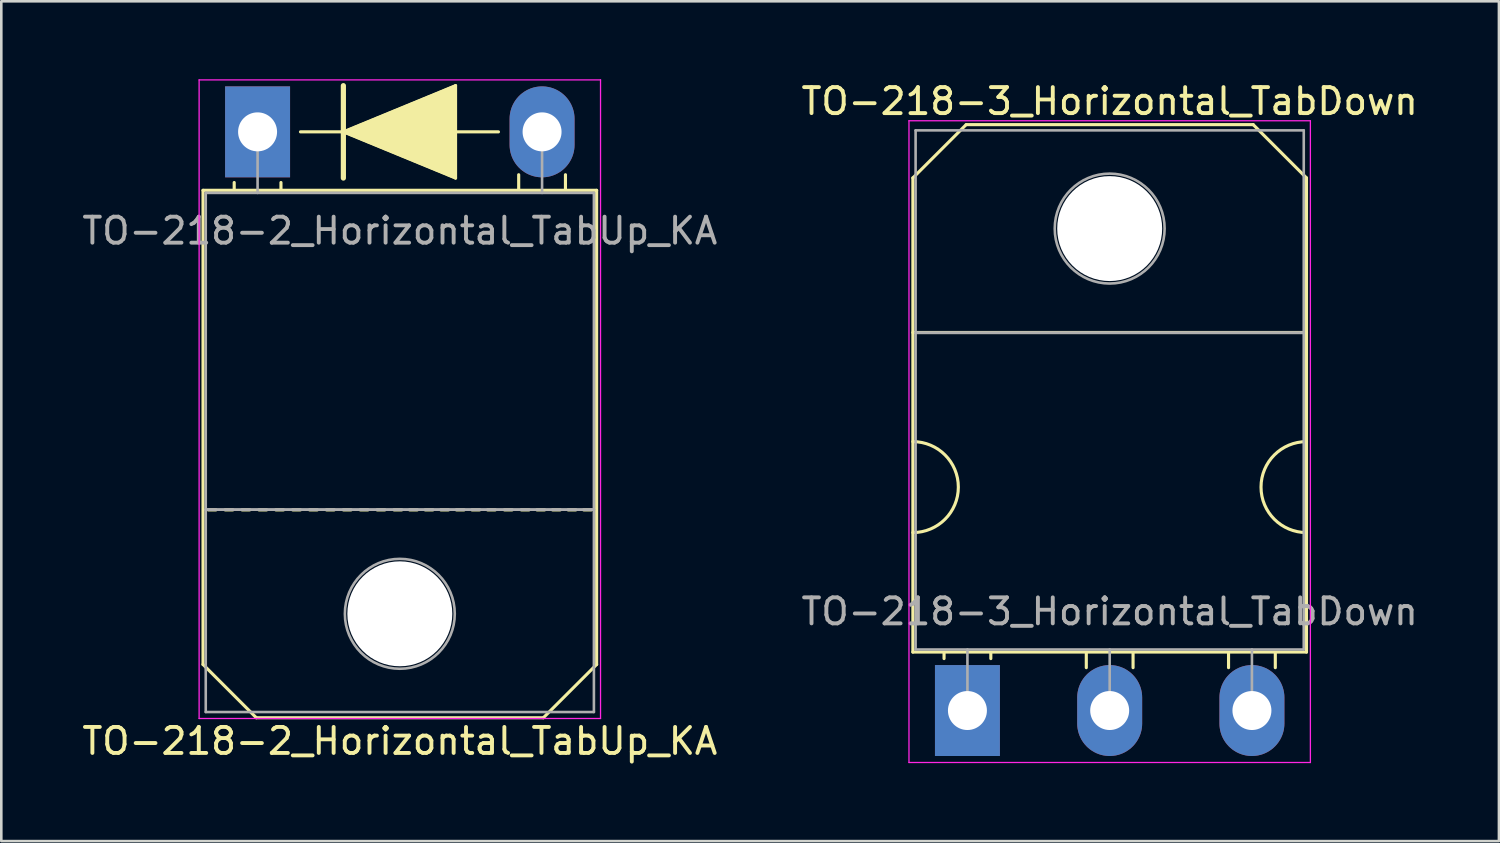
<source format=kicad_pcb>
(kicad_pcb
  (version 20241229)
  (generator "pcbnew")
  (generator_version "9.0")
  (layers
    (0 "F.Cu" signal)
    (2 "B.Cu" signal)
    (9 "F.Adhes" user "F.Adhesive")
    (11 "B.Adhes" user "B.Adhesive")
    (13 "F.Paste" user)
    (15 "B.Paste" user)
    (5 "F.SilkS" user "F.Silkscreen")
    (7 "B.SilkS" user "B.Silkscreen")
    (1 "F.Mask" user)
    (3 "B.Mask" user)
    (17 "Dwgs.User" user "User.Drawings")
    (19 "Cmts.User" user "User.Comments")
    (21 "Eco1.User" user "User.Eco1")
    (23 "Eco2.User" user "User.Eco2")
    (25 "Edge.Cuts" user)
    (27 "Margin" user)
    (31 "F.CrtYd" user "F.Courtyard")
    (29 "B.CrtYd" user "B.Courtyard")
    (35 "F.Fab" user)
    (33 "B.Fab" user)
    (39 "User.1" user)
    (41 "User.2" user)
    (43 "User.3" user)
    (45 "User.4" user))
  (footprint "TO-218-2_Horizontal_TabUp_KA"
    (layer "F.Cu")
    (at 6.864 2.025)
    (property "Reference" "TO-218-2_Horizontal_TabUp_KA" (at 5.475 23.45 0) (layer "F.SilkS") (effects (font (size 1 1) (thickness 0.15))))
    (fp_line (start -2.1 2.25) (end 13.05 2.25) (stroke (width 0.12) (type solid)) (layer "F.SilkS"))
    (fp_line (start -2.1 20.5) (end -2.1 2.25) (stroke (width 0.12) (type solid)) (layer "F.SilkS"))
    (fp_line (start -2.1 20.5) (end -0.05 22.55) (stroke (width 0.12) (type solid)) (layer "F.SilkS"))
    (fp_line (start -1.6 14.55) (end -1.9 14.55) (stroke (width 0.12) (type solid)) (layer "F.SilkS"))
    (fp_line (start -0.95 14.55) (end -1.25 14.55) (stroke (width 0.12) (type solid)) (layer "F.SilkS"))
    (fp_line (start -0.9 2.2) (end -0.9 1.95) (stroke (width 0.12) (type solid)) (layer "F.SilkS"))
    (fp_line (start -0.3 14.55) (end -0.6 14.55) (stroke (width 0.12) (type solid)) (layer "F.SilkS"))
    (fp_line (start 0.35 14.55) (end 0.05 14.55) (stroke (width 0.12) (type solid)) (layer "F.SilkS"))
    (fp_line (start 0.9 2.2) (end 0.9 1.95) (stroke (width 0.12) (type solid)) (layer "F.SilkS"))
    (fp_line (start 1 14.55) (end 0.7 14.55) (stroke (width 0.12) (type solid)) (layer "F.SilkS"))
    (fp_line (start 1.65 14.55) (end 1.35 14.55) (stroke (width 0.12) (type solid)) (layer "F.SilkS"))
    (fp_line (start 1.651 0) (end 3.302 0) (stroke (width 0.12) (type solid)) (layer "F.SilkS"))
    (fp_line (start 2.3 14.55) (end 2 14.55) (stroke (width 0.12) (type solid)) (layer "F.SilkS"))
    (fp_line (start 2.95 14.55) (end 2.65 14.55) (stroke (width 0.12) (type solid)) (layer "F.SilkS"))
    (fp_line (start 3.302 0) (end 3.302 -1.778) (stroke (width 0.2) (type solid)) (layer "F.SilkS"))
    (fp_line (start 3.302 0) (end 7.62 -1.778) (stroke (width 0.12) (type solid)) (layer "F.SilkS"))
    (fp_line (start 3.302 1.778) (end 3.302 0) (stroke (width 0.2) (type solid)) (layer "F.SilkS"))
    (fp_line (start 3.6 14.55) (end 3.3 14.55) (stroke (width 0.12) (type solid)) (layer "F.SilkS"))
    (fp_line (start 4.25 14.55) (end 3.95 14.55) (stroke (width 0.12) (type solid)) (layer "F.SilkS"))
    (fp_line (start 4.9 14.55) (end 4.6 14.55) (stroke (width 0.12) (type solid)) (layer "F.SilkS"))
    (fp_line (start 5.55 14.55) (end 5.25 14.55) (stroke (width 0.12) (type solid)) (layer "F.SilkS"))
    (fp_line (start 6.15 14.55) (end 5.85 14.55) (stroke (width 0.12) (type solid)) (layer "F.SilkS"))
    (fp_line (start 6.75 14.55) (end 6.45 14.55) (stroke (width 0.12) (type solid)) (layer "F.SilkS"))
    (fp_line (start 7.35 14.55) (end 7.05 14.55) (stroke (width 0.12) (type solid)) (layer "F.SilkS"))
    (fp_line (start 7.62 -1.778) (end 7.62 1.778) (stroke (width 0.12) (type solid)) (layer "F.SilkS"))
    (fp_line (start 7.62 0) (end 9.271 0) (stroke (width 0.12) (type solid)) (layer "F.SilkS"))
    (fp_line (start 7.62 1.778) (end 3.302 0) (stroke (width 0.12) (type solid)) (layer "F.SilkS"))
    (fp_line (start 7.95 14.55) (end 7.65 14.55) (stroke (width 0.12) (type solid)) (layer "F.SilkS"))
    (fp_line (start 8.55 14.55) (end 8.25 14.55) (stroke (width 0.12) (type solid)) (layer "F.SilkS"))
    (fp_line (start 9.15 14.55) (end 8.85 14.55) (stroke (width 0.12) (type solid)) (layer "F.SilkS"))
    (fp_line (start 9.8 14.55) (end 9.5 14.55) (stroke (width 0.12) (type solid)) (layer "F.SilkS"))
    (fp_line (start 10.05 2.2) (end 10.05 1.65) (stroke (width 0.12) (type solid)) (layer "F.SilkS"))
    (fp_line (start 10.45 14.55) (end 10.15 14.55) (stroke (width 0.12) (type solid)) (layer "F.SilkS"))
    (fp_line (start 11 22.55) (end -0.05 22.55) (stroke (width 0.12) (type solid)) (layer "F.SilkS"))
    (fp_line (start 11.05 14.55) (end 10.75 14.55) (stroke (width 0.12) (type solid)) (layer "F.SilkS"))
    (fp_line (start 11.65 14.55) (end 11.35 14.55) (stroke (width 0.12) (type solid)) (layer "F.SilkS"))
    (fp_line (start 11.85 2.2) (end 11.85 1.65) (stroke (width 0.12) (type solid)) (layer "F.SilkS"))
    (fp_line (start 12.25 14.55) (end 11.95 14.55) (stroke (width 0.12) (type solid)) (layer "F.SilkS"))
    (fp_line (start 12.85 14.55) (end 12.55 14.55) (stroke (width 0.12) (type solid)) (layer "F.SilkS"))
    (fp_line (start 13.05 2.25) (end 13.05 20.5) (stroke (width 0.12) (type solid)) (layer "F.SilkS"))
    (fp_line (start 13.05 20.5) (end 11 22.55) (stroke (width 0.12) (type solid)) (layer "F.SilkS"))
    (fp_poly (pts (xy 7.62 1.778) (xy 3.302 0) (xy 7.62 -1.778)) (stroke (width 0.1) (type solid)) (fill yes) (layer "F.SilkS"))
    (fp_line (start -2.25 -2) (end -2.25 22.58) (stroke (width 0.05) (type solid)) (layer "F.CrtYd"))
    (fp_line (start -2.25 22.58) (end 13.2 22.58) (stroke (width 0.05) (type solid)) (layer "F.CrtYd"))
    (fp_line (start 13.2 -2) (end -2.25 -2) (stroke (width 0.05) (type solid)) (layer "F.CrtYd"))
    (fp_line (start 13.2 22.58) (end 13.2 -2) (stroke (width 0.05) (type solid)) (layer "F.CrtYd"))
    (fp_line (start -1.995 2.35) (end -1.995 14.54) (stroke (width 0.1) (type solid)) (layer "F.Fab"))
    (fp_line (start -1.995 14.54) (end -1.995 22.33) (stroke (width 0.1) (type solid)) (layer "F.Fab"))
    (fp_line (start -1.995 14.54) (end 12.945 14.54) (stroke (width 0.1) (type solid)) (layer "F.Fab"))
    (fp_line (start -1.995 22.33) (end 12.945 22.33) (stroke (width 0.1) (type solid)) (layer "F.Fab"))
    (fp_line (start 0 2.35) (end 0 0) (stroke (width 0.1) (type solid)) (layer "F.Fab"))
    (fp_line (start 10.95 2.35) (end 10.95 0) (stroke (width 0.1) (type solid)) (layer "F.Fab"))
    (fp_line (start 12.945 2.35) (end -1.995 2.35) (stroke (width 0.1) (type solid)) (layer "F.Fab"))
    (fp_line (start 12.945 14.54) (end -1.995 14.54) (stroke (width 0.1) (type solid)) (layer "F.Fab"))
    (fp_line (start 12.945 14.54) (end 12.945 2.35) (stroke (width 0.1) (type solid)) (layer "F.Fab"))
    (fp_line (start 12.945 22.33) (end 12.945 14.54) (stroke (width 0.1) (type solid)) (layer "F.Fab"))
    (fp_circle (center 5.475 18.55) (end 7.59 18.55) (stroke (width 0.1) (type solid)) (fill no) (layer "F.Fab"))
    (fp_text user "${REFERENCE}" (at 5.475 3.81 0) (layer "F.Fab") (effects (font (size 1 1) (thickness 0.15))))
    (pad "" np_thru_hole oval (at 5.475 18.55) (size 4.04 4.04) (drill 4.04) (layers "*.Cu" "*.Mask"))
    (pad "1" thru_hole rect (at 0 0) (size 2.5 3.5) (drill 1.5) (layers "*.Cu" "*.Mask"))
    (pad "2" thru_hole oval (at 10.95 0) (size 2.5 3.5) (drill 1.5) (layers "*.Cu" "*.Mask")))
  (footprint "TO-218-3_Horizontal_TabDown"
    (layer "F.Cu")
    (at 34.186 24.298)
    (property "Reference" "TO-218-3_Horizontal_TabDown" (at 5.475 -23.45 0) (layer "F.SilkS") (effects (font (size 1 1) (thickness 0.15))))
    (attr through_hole)
    (fp_line (start -2.1 -20.5) (end -0.05 -22.55) (stroke (width 0.12) (type solid)) (layer "F.SilkS"))
    (fp_line (start -2.1 -14.55) (end 13.05 -14.55) (stroke (width 0.12) (type solid)) (layer "F.SilkS"))
    (fp_line (start -2.1 -2.25) (end -2.1 -20.5) (stroke (width 0.12) (type solid)) (layer "F.SilkS"))
    (fp_line (start -0.9 -2.2) (end -0.9 -2) (stroke (width 0.12) (type solid)) (layer "F.SilkS"))
    (fp_line (start -0.05 -22.55) (end 11 -22.55) (stroke (width 0.12) (type solid)) (layer "F.SilkS"))
    (fp_line (start 0.9 -2.2) (end 0.9 -2) (stroke (width 0.12) (type solid)) (layer "F.SilkS"))
    (fp_line (start 4.575 -2.2) (end 4.575 -1.65) (stroke (width 0.12) (type solid)) (layer "F.SilkS"))
    (fp_line (start 6.375 -2.2) (end 6.375 -1.65) (stroke (width 0.12) (type solid)) (layer "F.SilkS"))
    (fp_line (start 10.05 -2.2) (end 10.05 -1.65) (stroke (width 0.12) (type solid)) (layer "F.SilkS"))
    (fp_line (start 11.85 -2.2) (end 11.85 -1.65) (stroke (width 0.12) (type solid)) (layer "F.SilkS"))
    (fp_line (start 13.05 -20.5) (end 11 -22.55) (stroke (width 0.12) (type solid)) (layer "F.SilkS"))
    (fp_line (start 13.05 -20.5) (end 13.05 -2.25) (stroke (width 0.12) (type solid)) (layer "F.SilkS"))
    (fp_line (start 13.05 -2.25) (end -2.1 -2.25) (stroke (width 0.12) (type solid)) (layer "F.SilkS"))
    (fp_arc (start -2.1 -10.35) (mid -0.35 -8.6) (end -2.1 -6.85) (stroke (width 0.12) (type solid)) (layer "F.SilkS"))
    (fp_arc (start 13.05 -6.85) (mid 11.3 -8.6) (end 13.05 -10.35) (stroke (width 0.12) (type solid)) (layer "F.SilkS"))
    (fp_line (start -2.25 -22.7) (end -2.25 2) (stroke (width 0.05) (type solid)) (layer "F.CrtYd"))
    (fp_line (start -2.25 2) (end 13.2 2) (stroke (width 0.05) (type solid)) (layer "F.CrtYd"))
    (fp_line (start 13.2 -22.7) (end -2.25 -22.7) (stroke (width 0.05) (type solid)) (layer "F.CrtYd"))
    (fp_line (start 13.2 2) (end 13.2 -22.7) (stroke (width 0.05) (type solid)) (layer "F.CrtYd"))
    (fp_line (start -1.995 -22.33) (end 12.945 -22.33) (stroke (width 0.1) (type solid)) (layer "F.Fab"))
    (fp_line (start -1.995 -14.54) (end -1.995 -22.33) (stroke (width 0.1) (type solid)) (layer "F.Fab"))
    (fp_line (start -1.995 -14.54) (end 12.945 -14.54) (stroke (width 0.1) (type solid)) (layer "F.Fab"))
    (fp_line (start -1.995 -2.35) (end -1.995 -14.54) (stroke (width 0.1) (type solid)) (layer "F.Fab"))
    (fp_line (start 0 -2.35) (end 0 0) (stroke (width 0.1) (type solid)) (layer "F.Fab"))
    (fp_line (start 5.475 -2.35) (end 5.475 0) (stroke (width 0.1) (type solid)) (layer "F.Fab"))
    (fp_line (start 10.95 -2.35) (end 10.95 0) (stroke (width 0.1) (type solid)) (layer "F.Fab"))
    (fp_line (start 12.945 -22.33) (end 12.945 -14.54) (stroke (width 0.1) (type solid)) (layer "F.Fab"))
    (fp_line (start 12.945 -14.54) (end -1.995 -14.54) (stroke (width 0.1) (type solid)) (layer "F.Fab"))
    (fp_line (start 12.945 -14.54) (end 12.945 -2.35) (stroke (width 0.1) (type solid)) (layer "F.Fab"))
    (fp_line (start 12.945 -2.35) (end -1.995 -2.35) (stroke (width 0.1) (type solid)) (layer "F.Fab"))
    (fp_circle (center 5.475 -18.55) (end 7.59 -18.55) (stroke (width 0.1) (type solid)) (fill no) (layer "F.Fab"))
    (fp_text user "${REFERENCE}" (at 5.475 -3.81 0) (layer "F.Fab") (effects (font (size 1 1) (thickness 0.15))))
    (pad "" np_thru_hole oval (at 5.475 -18.55) (size 4.04 4.04) (drill 4.04) (layers "*.Cu" "*.Mask"))
    (pad "1" thru_hole rect (at 0 0) (size 2.5 3.5) (drill 1.5) (layers "*.Cu" "*.Mask"))
    (pad "2" thru_hole oval (at 5.475 0) (size 2.5 3.5) (drill 1.5) (layers "*.Cu" "*.Mask"))
    (pad "3" thru_hole oval (at 10.95 0) (size 2.5 3.5) (drill 1.5) (layers "*.Cu" "*.Mask")))
  (gr_rect
    (start -3 -3)
    (end 54.643 29.323)
    (stroke (width 0.1) (type default))
    (fill no)
    (layer "Edge.Cuts")))
</source>
